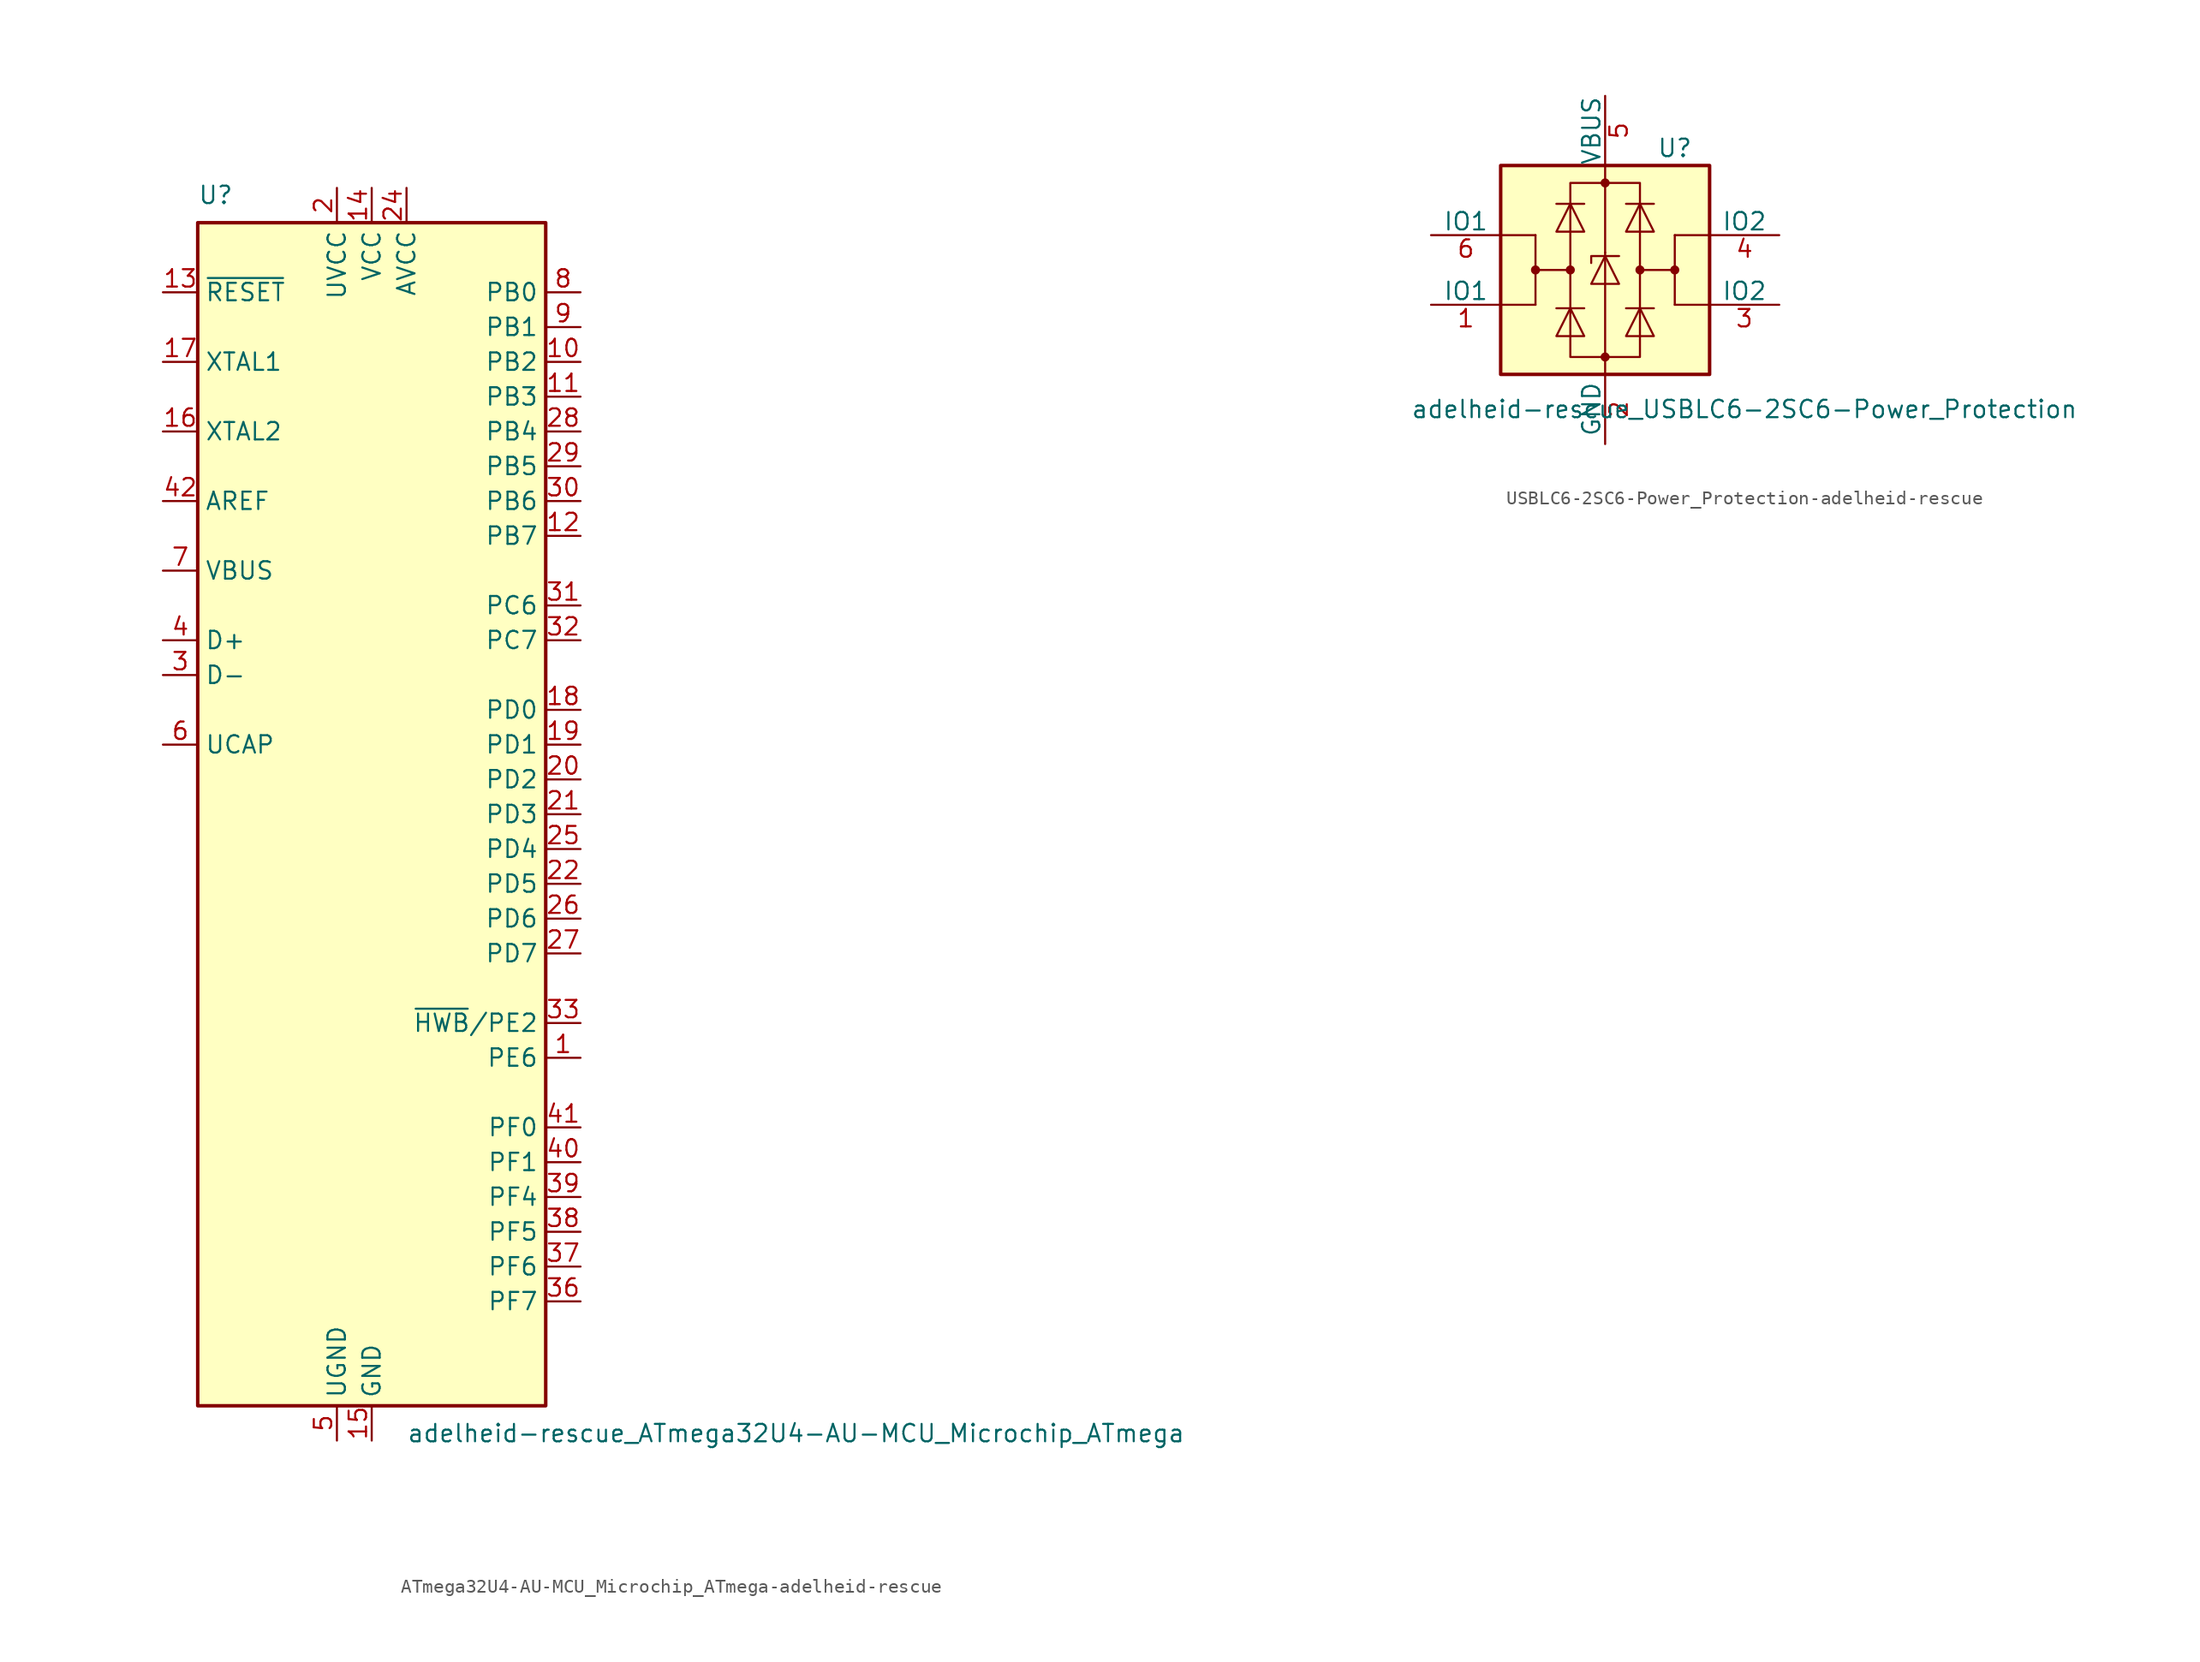
<source format=kicad_sym>
(kicad_symbol_lib
  (version 20220914)
  (generator kicad_symbol_editor)
  (symbol "ATmega32U4-AU-MCU_Microchip_ATmega-adelheid-rescue"
    (property "Reference" "U"
      (at -12.7 44.45 0)
      (effects (font (size 1.27 1.27)) (justify left bottom)))
    (property "Value" "adelheid-rescue_ATmega32U4-AU-MCU_Microchip_ATmega"
      (at 2.54 -44.45 0)
      (effects (font (size 1.27 1.27)) (justify left top)))
    (symbol "ATmega32U4-AU-MCU_Microchip_ATmega-adelheid-rescue_0_1"
      (rectangle (start -12.7 -43.18) (end 12.7 43.18) (stroke (width 0.254) (type solid)) (fill (type background))))
    (symbol "ATmega32U4-AU-MCU_Microchip_ATmega-adelheid-rescue_1_1"
      (pin tri_state line (at 15.24 -17.78 180) (length 2.54) (name "PE6" (effects (font (size 1.27 1.27)))) (number "1" (effects (font (size 1.27 1.27)))))
      (pin tri_state line (at 15.24 33.02 180) (length 2.54) (name "PB2" (effects (font (size 1.27 1.27)))) (number "10" (effects (font (size 1.27 1.27)))))
      (pin tri_state line (at 15.24 30.48 180) (length 2.54) (name "PB3" (effects (font (size 1.27 1.27)))) (number "11" (effects (font (size 1.27 1.27)))))
      (pin tri_state line (at 15.24 20.32 180) (length 2.54) (name "PB7" (effects (font (size 1.27 1.27)))) (number "12" (effects (font (size 1.27 1.27)))))
      (pin input line (at -15.24 38.1 0) (length 2.54) (name "~{RESET}" (effects (font (size 1.27 1.27)))) (number "13" (effects (font (size 1.27 1.27)))))
      (pin power_in line (at 0 45.72 270) (length 2.54) (name "VCC" (effects (font (size 1.27 1.27)))) (number "14" (effects (font (size 1.27 1.27)))))
      (pin power_in line (at 0 -45.72 90) (length 2.54) (name "GND" (effects (font (size 1.27 1.27)))) (number "15" (effects (font (size 1.27 1.27)))))
      (pin output line (at -15.24 27.94 0) (length 2.54) (name "XTAL2" (effects (font (size 1.27 1.27)))) (number "16" (effects (font (size 1.27 1.27)))))
      (pin input line (at -15.24 33.02 0) (length 2.54) (name "XTAL1" (effects (font (size 1.27 1.27)))) (number "17" (effects (font (size 1.27 1.27)))))
      (pin tri_state line (at 15.24 7.62 180) (length 2.54) (name "PD0" (effects (font (size 1.27 1.27)))) (number "18" (effects (font (size 1.27 1.27)))))
      (pin tri_state line (at 15.24 5.08 180) (length 2.54) (name "PD1" (effects (font (size 1.27 1.27)))) (number "19" (effects (font (size 1.27 1.27)))))
      (pin power_in line (at -2.54 45.72 270) (length 2.54) (name "UVCC" (effects (font (size 1.27 1.27)))) (number "2" (effects (font (size 1.27 1.27)))))
      (pin tri_state line (at 15.24 2.54 180) (length 2.54) (name "PD2" (effects (font (size 1.27 1.27)))) (number "20" (effects (font (size 1.27 1.27)))))
      (pin tri_state line (at 15.24 0 180) (length 2.54) (name "PD3" (effects (font (size 1.27 1.27)))) (number "21" (effects (font (size 1.27 1.27)))))
      (pin tri_state line (at 15.24 -5.08 180) (length 2.54) (name "PD5" (effects (font (size 1.27 1.27)))) (number "22" (effects (font (size 1.27 1.27)))))
      (pin passive line (at 0 -45.72 90) (length 2.54) hide (name "GND" (effects (font (size 1.27 1.27)))) (number "23" (effects (font (size 1.27 1.27)))))
      (pin power_in line (at 2.54 45.72 270) (length 2.54) (name "AVCC" (effects (font (size 1.27 1.27)))) (number "24" (effects (font (size 1.27 1.27)))))
      (pin tri_state line (at 15.24 -2.54 180) (length 2.54) (name "PD4" (effects (font (size 1.27 1.27)))) (number "25" (effects (font (size 1.27 1.27)))))
      (pin tri_state line (at 15.24 -7.62 180) (length 2.54) (name "PD6" (effects (font (size 1.27 1.27)))) (number "26" (effects (font (size 1.27 1.27)))))
      (pin tri_state line (at 15.24 -10.16 180) (length 2.54) (name "PD7" (effects (font (size 1.27 1.27)))) (number "27" (effects (font (size 1.27 1.27)))))
      (pin tri_state line (at 15.24 27.94 180) (length 2.54) (name "PB4" (effects (font (size 1.27 1.27)))) (number "28" (effects (font (size 1.27 1.27)))))
      (pin tri_state line (at 15.24 25.4 180) (length 2.54) (name "PB5" (effects (font (size 1.27 1.27)))) (number "29" (effects (font (size 1.27 1.27)))))
      (pin bidirectional line (at -15.24 10.16 0) (length 2.54) (name "D-" (effects (font (size 1.27 1.27)))) (number "3" (effects (font (size 1.27 1.27)))))
      (pin tri_state line (at 15.24 22.86 180) (length 2.54) (name "PB6" (effects (font (size 1.27 1.27)))) (number "30" (effects (font (size 1.27 1.27)))))
      (pin tri_state line (at 15.24 15.24 180) (length 2.54) (name "PC6" (effects (font (size 1.27 1.27)))) (number "31" (effects (font (size 1.27 1.27)))))
      (pin tri_state line (at 15.24 12.7 180) (length 2.54) (name "PC7" (effects (font (size 1.27 1.27)))) (number "32" (effects (font (size 1.27 1.27)))))
      (pin tri_state line (at 15.24 -15.24 180) (length 2.54) (name "~{HWB}/PE2" (effects (font (size 1.27 1.27)))) (number "33" (effects (font (size 1.27 1.27)))))
      (pin passive line (at 0 45.72 270) (length 2.54) hide (name "VCC" (effects (font (size 1.27 1.27)))) (number "34" (effects (font (size 1.27 1.27)))))
      (pin passive line (at 0 -45.72 90) (length 2.54) hide (name "GND" (effects (font (size 1.27 1.27)))) (number "35" (effects (font (size 1.27 1.27)))))
      (pin tri_state line (at 15.24 -35.56 180) (length 2.54) (name "PF7" (effects (font (size 1.27 1.27)))) (number "36" (effects (font (size 1.27 1.27)))))
      (pin tri_state line (at 15.24 -33.02 180) (length 2.54) (name "PF6" (effects (font (size 1.27 1.27)))) (number "37" (effects (font (size 1.27 1.27)))))
      (pin tri_state line (at 15.24 -30.48 180) (length 2.54) (name "PF5" (effects (font (size 1.27 1.27)))) (number "38" (effects (font (size 1.27 1.27)))))
      (pin tri_state line (at 15.24 -27.94 180) (length 2.54) (name "PF4" (effects (font (size 1.27 1.27)))) (number "39" (effects (font (size 1.27 1.27)))))
      (pin bidirectional line (at -15.24 12.7 0) (length 2.54) (name "D+" (effects (font (size 1.27 1.27)))) (number "4" (effects (font (size 1.27 1.27)))))
      (pin tri_state line (at 15.24 -25.4 180) (length 2.54) (name "PF1" (effects (font (size 1.27 1.27)))) (number "40" (effects (font (size 1.27 1.27)))))
      (pin tri_state line (at 15.24 -22.86 180) (length 2.54) (name "PF0" (effects (font (size 1.27 1.27)))) (number "41" (effects (font (size 1.27 1.27)))))
      (pin passive line (at -15.24 22.86 0) (length 2.54) (name "AREF" (effects (font (size 1.27 1.27)))) (number "42" (effects (font (size 1.27 1.27)))))
      (pin passive line (at 0 -45.72 90) (length 2.54) hide (name "GND" (effects (font (size 1.27 1.27)))) (number "43" (effects (font (size 1.27 1.27)))))
      (pin passive line (at 2.54 45.72 270) (length 2.54) hide (name "AVCC" (effects (font (size 1.27 1.27)))) (number "44" (effects (font (size 1.27 1.27)))))
      (pin passive line (at -2.54 -45.72 90) (length 2.54) (name "UGND" (effects (font (size 1.27 1.27)))) (number "5" (effects (font (size 1.27 1.27)))))
      (pin passive line (at -15.24 5.08 0) (length 2.54) (name "UCAP" (effects (font (size 1.27 1.27)))) (number "6" (effects (font (size 1.27 1.27)))))
      (pin input line (at -15.24 17.78 0) (length 2.54) (name "VBUS" (effects (font (size 1.27 1.27)))) (number "7" (effects (font (size 1.27 1.27)))))
      (pin tri_state line (at 15.24 38.1 180) (length 2.54) (name "PB0" (effects (font (size 1.27 1.27)))) (number "8" (effects (font (size 1.27 1.27)))))
      (pin tri_state line (at 15.24 35.56 180) (length 2.54) (name "PB1" (effects (font (size 1.27 1.27)))) (number "9" (effects (font (size 1.27 1.27)))))))
  (symbol "USBLC6-2SC6-Power_Protection-adelheid-rescue"
    (pin_names
      (offset 0))
    (property "Reference" "U"
      (at 5.08 8.89 0)
      (effects (font (size 1.27 1.27))))
    (property "Value" "adelheid-rescue_USBLC6-2SC6-Power_Protection"
      (at 10.16 -10.16 0)
      (effects (font (size 1.27 1.27))))
    (symbol "USBLC6-2SC6-Power_Protection-adelheid-rescue_0_1"
      (rectangle (start -7.62 -7.62) (end 7.62 7.62) (stroke (width 0.254) (type solid)) (fill (type background)))
      (circle (center -5.08 0) (radius 0.254) (stroke (width 0) (type solid)) (fill (type outline)))
      (circle (center -2.54 0) (radius 0.254) (stroke (width 0) (type solid)) (fill (type outline)))
      (rectangle (start -2.54 6.35) (end 2.54 -6.35) (stroke (width 0) (type solid)) (fill (type none)))
      (circle (center 0 -6.35) (radius 0.254) (stroke (width 0) (type solid)) (fill (type outline)))
      (polyline (pts (xy -5.08 -2.54) (xy -7.62 -2.54)) (stroke (width 0) (type solid)) (fill (type none)))
      (polyline (pts (xy -5.08 0) (xy -5.08 -2.54)) (stroke (width 0) (type solid)) (fill (type none)))
      (polyline (pts (xy -5.08 2.54) (xy -7.62 2.54)) (stroke (width 0) (type solid)) (fill (type none)))
      (polyline (pts (xy -1.524 -2.794) (xy -3.556 -2.794)) (stroke (width 0) (type solid)) (fill (type none)))
      (polyline (pts (xy -1.524 4.826) (xy -3.556 4.826)) (stroke (width 0) (type solid)) (fill (type none)))
      (polyline (pts (xy 0 -7.62) (xy 0 -6.35)) (stroke (width 0) (type solid)) (fill (type none)))
      (polyline (pts (xy 0 -6.35) (xy 0 1.27)) (stroke (width 0) (type solid)) (fill (type none)))
      (polyline (pts (xy 0 1.27) (xy 0 6.35)) (stroke (width 0) (type solid)) (fill (type none)))
      (polyline (pts (xy 0 6.35) (xy 0 7.62)) (stroke (width 0) (type solid)) (fill (type none)))
      (polyline (pts (xy 1.524 -2.794) (xy 3.556 -2.794)) (stroke (width 0) (type solid)) (fill (type none)))
      (polyline (pts (xy 1.524 4.826) (xy 3.556 4.826)) (stroke (width 0) (type solid)) (fill (type none)))
      (polyline (pts (xy 5.08 -2.54) (xy 7.62 -2.54)) (stroke (width 0) (type solid)) (fill (type none)))
      (polyline (pts (xy 5.08 0) (xy 5.08 -2.54)) (stroke (width 0) (type solid)) (fill (type none)))
      (polyline (pts (xy 5.08 2.54) (xy 7.62 2.54)) (stroke (width 0) (type solid)) (fill (type none)))
      (polyline (pts (xy -2.54 0) (xy -5.08 0) (xy -5.08 2.54)) (stroke (width 0) (type solid)) (fill (type none)))
      (polyline (pts (xy 2.54 0) (xy 5.08 0) (xy 5.08 2.54)) (stroke (width 0) (type solid)) (fill (type none)))
      (polyline (pts (xy -3.556 -4.826) (xy -1.524 -4.826) (xy -2.54 -2.794) (xy -3.556 -4.826)) (stroke (width 0) (type solid)) (fill (type none)))
      (polyline (pts (xy -3.556 2.794) (xy -1.524 2.794) (xy -2.54 4.826) (xy -3.556 2.794)) (stroke (width 0) (type solid)) (fill (type none)))
      (polyline (pts (xy -1.016 -1.016) (xy 1.016 -1.016) (xy 0 1.016) (xy -1.016 -1.016)) (stroke (width 0) (type solid)) (fill (type none)))
      (polyline (pts (xy 1.016 1.016) (xy 0.762 1.016) (xy -1.016 1.016) (xy -1.016 0.508)) (stroke (width 0) (type solid)) (fill (type none)))
      (polyline (pts (xy 3.556 -4.826) (xy 1.524 -4.826) (xy 2.54 -2.794) (xy 3.556 -4.826)) (stroke (width 0) (type solid)) (fill (type none)))
      (polyline (pts (xy 3.556 2.794) (xy 1.524 2.794) (xy 2.54 4.826) (xy 3.556 2.794)) (stroke (width 0) (type solid)) (fill (type none)))
      (circle (center 0 6.35) (radius 0.254) (stroke (width 0) (type solid)) (fill (type outline)))
      (circle (center 2.54 0) (radius 0.254) (stroke (width 0) (type solid)) (fill (type outline)))
      (circle (center 5.08 0) (radius 0.254) (stroke (width 0) (type solid)) (fill (type outline))))
    (symbol "USBLC6-2SC6-Power_Protection-adelheid-rescue_1_1"
      (pin passive line (at -12.7 -2.54 0) (length 5.08) (name "IO1" (effects (font (size 1.27 1.27)))) (number "1" (effects (font (size 1.27 1.27)))))
      (pin passive line (at 0 -12.7 90) (length 5.08) (name "GND" (effects (font (size 1.27 1.27)))) (number "2" (effects (font (size 1.27 1.27)))))
      (pin passive line (at 12.7 -2.54 180) (length 5.08) (name "IO2" (effects (font (size 1.27 1.27)))) (number "3" (effects (font (size 1.27 1.27)))))
      (pin passive line (at 12.7 2.54 180) (length 5.08) (name "IO2" (effects (font (size 1.27 1.27)))) (number "4" (effects (font (size 1.27 1.27)))))
      (pin passive line (at 0 12.7 270) (length 5.08) (name "VBUS" (effects (font (size 1.27 1.27)))) (number "5" (effects (font (size 1.27 1.27)))))
      (pin passive line (at -12.7 2.54 0) (length 5.08) (name "IO1" (effects (font (size 1.27 1.27)))) (number "6" (effects (font (size 1.27 1.27))))))))
</source>
